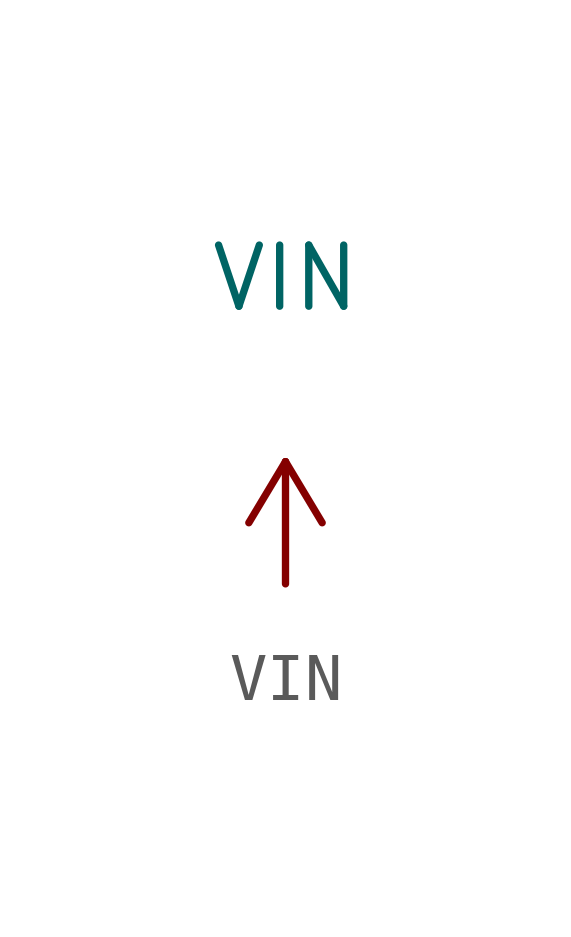
<source format=kicad_sym>
(kicad_symbol_lib
  (version 20231120)
  (generator "kicad_symbol_editor")
  (generator_version "8.0")
  (symbol "VIN"
    (power)
    (pin_names
      (offset 0))
    (property "Reference" "#PWR"
      (at 0 -2.54 0)
      (effects (font (size 1.27 1.27)) (hide yes)))
    (property "Value" "VIN"
      (at 0 6.35 0)
      (effects (font (size 1.27 1.27))))
    (symbol "VIN_0_1"
      (polyline (pts (xy -0.762 1.27) (xy 0 2.54)) (stroke (width 0) (type default)) (fill (type none)))
      (polyline (pts (xy 0 0) (xy 0 2.54)) (stroke (width 0) (type default)) (fill (type none)))
      (polyline (pts (xy 0 2.54) (xy 0.762 1.27)) (stroke (width 0) (type default)) (fill (type none))))
    (symbol "VIN_1_1"
      (pin power_in line (at 0 0 90) (length 0) hide (name "VIN" (effects (font (size 1.27 1.27)))) (number "1" (effects (font (size 1.27 1.27))))))))
</source>
